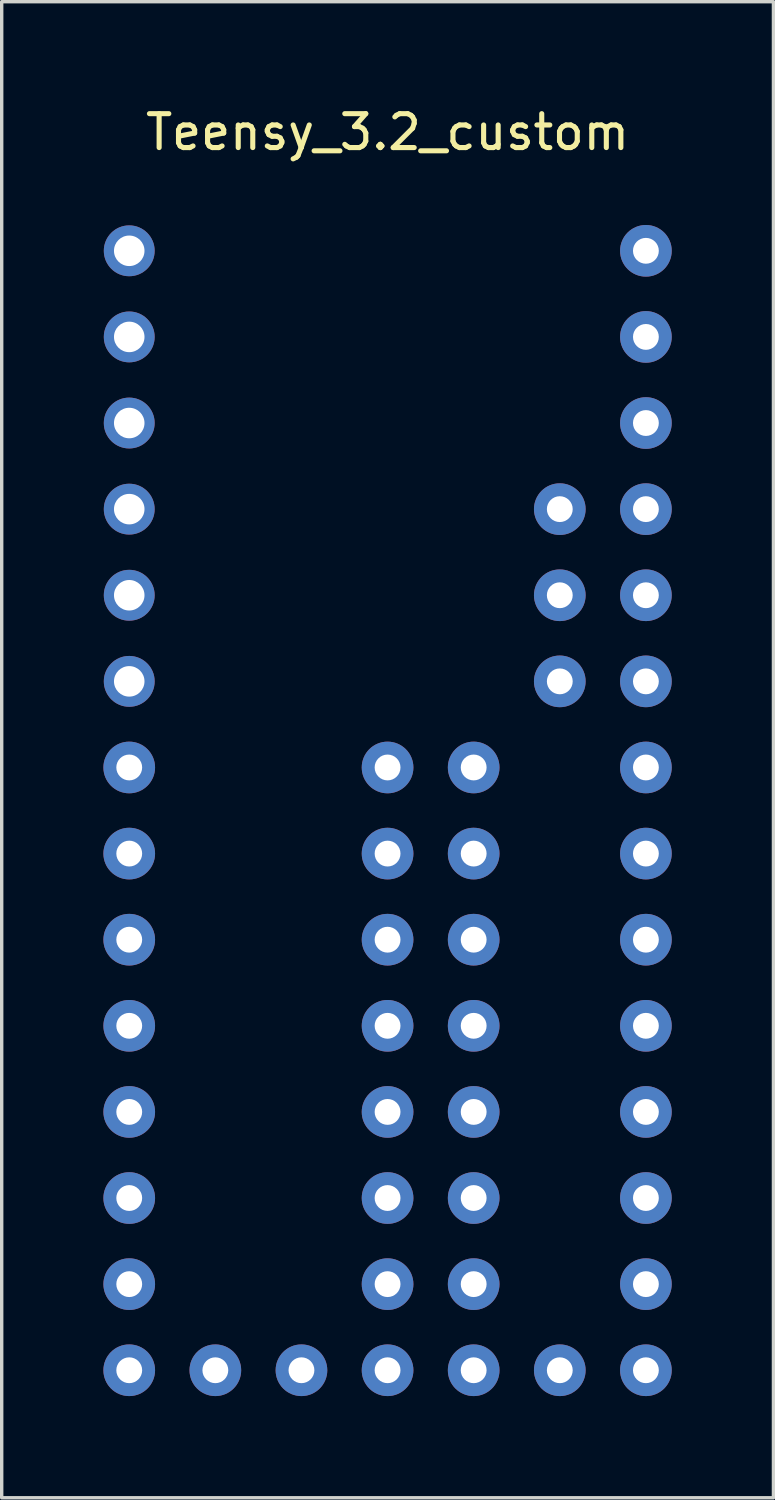
<source format=kicad_pcb>
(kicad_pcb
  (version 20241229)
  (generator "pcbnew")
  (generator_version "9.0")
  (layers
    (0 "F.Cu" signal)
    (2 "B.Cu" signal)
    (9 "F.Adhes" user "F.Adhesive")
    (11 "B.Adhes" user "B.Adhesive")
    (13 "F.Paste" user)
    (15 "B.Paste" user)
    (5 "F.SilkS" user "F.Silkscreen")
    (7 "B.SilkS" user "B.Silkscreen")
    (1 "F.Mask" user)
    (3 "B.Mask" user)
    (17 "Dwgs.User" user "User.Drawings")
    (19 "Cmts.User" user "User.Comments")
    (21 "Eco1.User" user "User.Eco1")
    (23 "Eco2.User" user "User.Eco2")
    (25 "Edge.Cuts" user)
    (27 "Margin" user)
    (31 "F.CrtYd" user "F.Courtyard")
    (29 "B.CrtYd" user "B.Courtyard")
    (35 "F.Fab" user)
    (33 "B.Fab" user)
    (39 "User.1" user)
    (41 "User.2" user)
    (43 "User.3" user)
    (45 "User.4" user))
  (footprint "Teensy_3.2_custom"
    (layer "F.Cu")
    (at 8.382 4.348)
    (property "Reference" "Teensy_3.2_custom" (at 0 -3.5 0) (layer "F.SilkS") (effects (font (size 1 1) (thickness 0.15))))
    (attr through_hole)
    (pad "1" thru_hole circle (at -7.62 0) (size 1.5 1.5) (drill 0.9) (layers "*.Cu" "*.Mask"))
    (pad "2" thru_hole circle (at -7.62 2.54) (size 1.5 1.5) (drill 0.9) (layers "*.Cu" "*.Mask"))
    (pad "3" thru_hole circle (at -7.62 5.08) (size 1.5 1.5) (drill 0.9) (layers "*.Cu" "*.Mask"))
    (pad "4" thru_hole circle (at -7.62 7.62) (size 1.5 1.5) (drill 0.9) (layers "*.Cu" "*.Mask"))
    (pad "5" thru_hole circle (at -7.62 10.16) (size 1.5 1.5) (drill 0.9) (layers "*.Cu" "*.Mask"))
    (pad "6" thru_hole circle (at -7.62 12.7) (size 1.5 1.5) (drill 0.9) (layers "*.Cu" "*.Mask"))
    (pad "7" thru_hole circle (at -7.62 15.24) (size 1.524 1.524) (drill 0.762) (layers "*.Cu" "*.Mask"))
    (pad "8" thru_hole circle (at 0 15.24) (size 1.524 1.524) (drill 0.762) (layers "*.Cu" "*.Mask"))
    (pad "9" thru_hole circle (at -7.62 17.78) (size 1.524 1.524) (drill 0.762) (layers "*.Cu" "*.Mask"))
    (pad "10" thru_hole circle (at 0 17.78) (size 1.524 1.524) (drill 0.762) (layers "*.Cu" "*.Mask"))
    (pad "11" thru_hole circle (at -7.62 20.32) (size 1.524 1.524) (drill 0.762) (layers "*.Cu" "*.Mask"))
    (pad "12" thru_hole circle (at 0 20.32) (size 1.524 1.524) (drill 0.762) (layers "*.Cu" "*.Mask"))
    (pad "13" thru_hole circle (at -7.62 22.86) (size 1.524 1.524) (drill 0.762) (layers "*.Cu" "*.Mask"))
    (pad "14" thru_hole circle (at 0 22.86) (size 1.524 1.524) (drill 0.762) (layers "*.Cu" "*.Mask"))
    (pad "15" thru_hole circle (at -7.62 25.4) (size 1.524 1.524) (drill 0.762) (layers "*.Cu" "*.Mask"))
    (pad "16" thru_hole circle (at 0 25.4) (size 1.524 1.524) (drill 0.762) (layers "*.Cu" "*.Mask"))
    (pad "17" thru_hole circle (at -7.62 27.94) (size 1.524 1.524) (drill 0.762) (layers "*.Cu" "*.Mask"))
    (pad "18" thru_hole circle (at 0 27.94) (size 1.524 1.524) (drill 0.762) (layers "*.Cu" "*.Mask"))
    (pad "19" thru_hole circle (at -7.62 30.48) (size 1.524 1.524) (drill 0.762) (layers "*.Cu" "*.Mask"))
    (pad "20" thru_hole circle (at 0 30.48) (size 1.524 1.524) (drill 0.762) (layers "*.Cu" "*.Mask"))
    (pad "21" thru_hole circle (at -7.62 33.02) (size 1.524 1.524) (drill 0.762) (layers "*.Cu" "*.Mask"))
    (pad "22" thru_hole circle (at -5.08 33.02) (size 1.524 1.524) (drill 0.762) (layers "*.Cu" "*.Mask"))
    (pad "23" thru_hole circle (at -2.54 33.02) (size 1.524 1.524) (drill 0.762) (layers "*.Cu" "*.Mask"))
    (pad "24" thru_hole circle (at 0 33.02) (size 1.524 1.524) (drill 0.762) (layers "*.Cu" "*.Mask"))
    (pad "25" thru_hole circle (at 2.54 33.02) (size 1.524 1.524) (drill 0.762) (layers "*.Cu" "*.Mask"))
    (pad "26" thru_hole circle (at 5.08 33.02) (size 1.524 1.524) (drill 0.762) (layers "*.Cu" "*.Mask"))
    (pad "27" thru_hole circle (at 7.62 33.02) (size 1.524 1.524) (drill 0.762) (layers "*.Cu" "*.Mask"))
    (pad "28" thru_hole circle (at 2.54 30.48) (size 1.524 1.524) (drill 0.762) (layers "*.Cu" "*.Mask"))
    (pad "29" thru_hole circle (at 7.62 30.48) (size 1.524 1.524) (drill 0.762) (layers "*.Cu" "*.Mask"))
    (pad "30" thru_hole circle (at 2.54 27.94) (size 1.524 1.524) (drill 0.762) (layers "*.Cu" "*.Mask"))
    (pad "31" thru_hole circle (at 7.62 27.94) (size 1.524 1.524) (drill 0.762) (layers "*.Cu" "*.Mask"))
    (pad "32" thru_hole circle (at 2.54 25.4) (size 1.524 1.524) (drill 0.762) (layers "*.Cu" "*.Mask"))
    (pad "33" thru_hole circle (at 7.62 25.4) (size 1.524 1.524) (drill 0.762) (layers "*.Cu" "*.Mask"))
    (pad "34" thru_hole circle (at 2.54 22.86) (size 1.524 1.524) (drill 0.762) (layers "*.Cu" "*.Mask"))
    (pad "35" thru_hole circle (at 7.62 22.86) (size 1.524 1.524) (drill 0.762) (layers "*.Cu" "*.Mask"))
    (pad "36" thru_hole circle (at 2.54 20.32) (size 1.524 1.524) (drill 0.762) (layers "*.Cu" "*.Mask"))
    (pad "37" thru_hole circle (at 7.62 20.32) (size 1.524 1.524) (drill 0.762) (layers "*.Cu" "*.Mask"))
    (pad "38" thru_hole circle (at 2.54 17.78) (size 1.524 1.524) (drill 0.762) (layers "*.Cu" "*.Mask"))
    (pad "39" thru_hole circle (at 7.62 17.78) (size 1.524 1.524) (drill 0.762) (layers "*.Cu" "*.Mask"))
    (pad "40" thru_hole circle (at 2.54 15.24) (size 1.524 1.524) (drill 0.762) (layers "*.Cu" "*.Mask"))
    (pad "41" thru_hole circle (at 7.62 15.24) (size 1.524 1.524) (drill 0.762) (layers "*.Cu" "*.Mask"))
    (pad "42" thru_hole circle (at 5.08 12.7) (size 1.524 1.524) (drill 0.762) (layers "*.Cu" "*.Mask"))
    (pad "43" thru_hole circle (at 7.62 12.7) (size 1.524 1.524) (drill 0.762) (layers "*.Cu" "*.Mask"))
    (pad "44" thru_hole circle (at 5.08 10.16) (size 1.524 1.524) (drill 0.762) (layers "*.Cu" "*.Mask"))
    (pad "45" thru_hole circle (at 7.62 10.16) (size 1.524 1.524) (drill 0.762) (layers "*.Cu" "*.Mask"))
    (pad "46" thru_hole circle (at 5.08 7.62) (size 1.524 1.524) (drill 0.762) (layers "*.Cu" "*.Mask"))
    (pad "47" thru_hole circle (at 7.62 7.62) (size 1.524 1.524) (drill 0.762) (layers "*.Cu" "*.Mask"))
    (pad "48" thru_hole circle (at 7.62 5.08) (size 1.524 1.524) (drill 0.762) (layers "*.Cu" "*.Mask"))
    (pad "49" thru_hole circle (at 7.62 2.54) (size 1.524 1.524) (drill 0.762) (layers "*.Cu" "*.Mask"))
    (pad "50" thru_hole circle (at 7.62 0) (size 1.524 1.524) (drill 0.762) (layers "*.Cu" "*.Mask")))
  (gr_rect
    (start -3 -3)
    (end 19.764 41.13)
    (stroke (width 0.1) (type default))
    (fill no)
    (layer "Edge.Cuts")))
</source>
